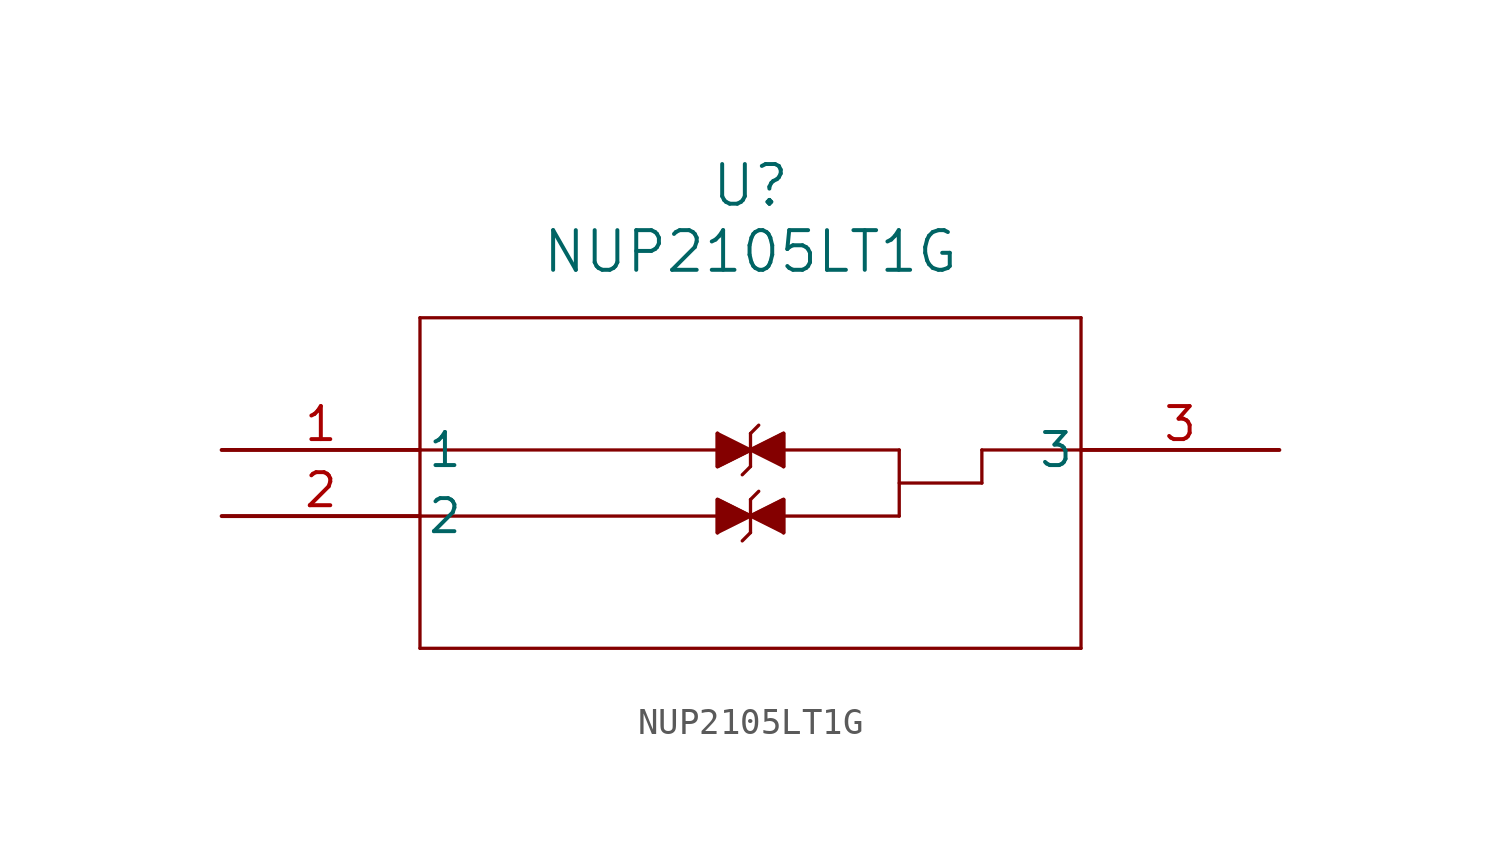
<source format=kicad_sym>
(kicad_symbol_lib
  (version 20211014)
  (generator kicad_symbol_editor)
  (symbol "NUP2105LT1G"
    (pin_names
      (offset 0.254))
    (property "Reference" "U"
      (at 20.32 10.16 0)
      (effects (font (size 1.524 1.524))))
    (property "Value" "NUP2105LT1G"
      (at 20.32 7.62 0)
      (effects (font (size 1.524 1.524))))
    (symbol "NUP2105LT1G_0_1"
      (polyline (pts (xy 7.62 5.08) (xy 7.62 -7.62)) (stroke (width 0.127) (type default) (color 0 0 0 0)) (fill (type none)))
      (polyline (pts (xy 7.62 -7.62) (xy 33.02 -7.62)) (stroke (width 0.127) (type default) (color 0 0 0 0)) (fill (type none)))
      (polyline (pts (xy 33.02 -7.62) (xy 33.02 5.08)) (stroke (width 0.127) (type default) (color 0 0 0 0)) (fill (type none)))
      (polyline (pts (xy 33.02 5.08) (xy 7.62 5.08)) (stroke (width 0.127) (type default) (color 0 0 0 0)) (fill (type none)))
      (polyline (pts (xy 29.21 -1.27) (xy 26.035 -1.27)) (stroke (width 0.127) (type default) (color 0 0 0 0)) (fill (type none)))
      (polyline (pts (xy 7.62 0) (xy 26.035 0)) (stroke (width 0.127) (type default) (color 0 0 0 0)) (fill (type none)))
      (polyline (pts (xy 7.62 -2.54) (xy 26.035 -2.54)) (stroke (width 0.127) (type default) (color 0 0 0 0)) (fill (type none)))
      (polyline (pts (xy 20.32 0) (xy 19.05 0.635)) (stroke (width 0.127) (type default) (color 0 0 0 0)) (fill (type none)))
      (polyline (pts (xy 19.05 0.635) (xy 19.05 -0.635)) (stroke (width 0.127) (type default) (color 0 0 0 0)) (fill (type none)))
      (polyline (pts (xy 20.32 0) (xy 19.05 -0.635)) (stroke (width 0.127) (type default) (color 0 0 0 0)) (fill (type none)))
      (polyline (pts (xy 20.32 0) (xy 21.59 0.635)) (stroke (width 0.127) (type default) (color 0 0 0 0)) (fill (type none)))
      (polyline (pts (xy 21.59 0.635) (xy 21.59 -0.635)) (stroke (width 0.127) (type default) (color 0 0 0 0)) (fill (type none)))
      (polyline (pts (xy 21.59 -0.635) (xy 20.32 0)) (stroke (width 0.127) (type default) (color 0 0 0 0)) (fill (type none)))
      (polyline (pts (xy 19.05 -1.905) (xy 19.05 -3.175)) (stroke (width 0.127) (type default) (color 0 0 0 0)) (fill (type none)))
      (polyline (pts (xy 19.05 -1.905) (xy 20.32 -2.54)) (stroke (width 0.127) (type default) (color 0 0 0 0)) (fill (type none)))
      (polyline (pts (xy 19.05 -3.175) (xy 20.32 -2.54)) (stroke (width 0.127) (type default) (color 0 0 0 0)) (fill (type none)))
      (polyline (pts (xy 20.32 -2.54) (xy 21.59 -1.905)) (stroke (width 0.127) (type default) (color 0 0 0 0)) (fill (type none)))
      (polyline (pts (xy 21.59 -1.905) (xy 21.59 -3.175)) (stroke (width 0.127) (type default) (color 0 0 0 0)) (fill (type none)))
      (polyline (pts (xy 20.32 -2.54) (xy 21.59 -3.175)) (stroke (width 0.127) (type default) (color 0 0 0 0)) (fill (type none)))
      (polyline (pts (xy 20.32 0.635) (xy 20.32 -0.635)) (stroke (width 0.127) (type default) (color 0 0 0 0)) (fill (type none)))
      (polyline (pts (xy 20.32 -1.905) (xy 20.32 -3.175)) (stroke (width 0.127) (type default) (color 0 0 0 0)) (fill (type none)))
      (polyline (pts (xy 20.32 0.635) (xy 20.637 0.953)) (stroke (width 0.127) (type default) (color 0 0 0 0)) (fill (type none)))
      (polyline (pts (xy 20.32 -0.635) (xy 20.003 -0.953)) (stroke (width 0.127) (type default) (color 0 0 0 0)) (fill (type none)))
      (polyline (pts (xy 20.32 -1.905) (xy 20.637 -1.587)) (stroke (width 0.127) (type default) (color 0 0 0 0)) (fill (type none)))
      (polyline (pts (xy 20.32 -3.175) (xy 20.003 -3.493)) (stroke (width 0.127) (type default) (color 0 0 0 0)) (fill (type none)))
      (polyline (pts (xy 19.05 0.635) (xy 19.05 -0.635) (xy 20.32 0)) (stroke (width 0) (type default) (color 0 0 0 0)) (fill (type outline)))
      (polyline (pts (xy 20.32 0) (xy 21.59 0.635) (xy 21.59 -0.635)) (stroke (width 0) (type default) (color 0 0 0 0)) (fill (type outline)))
      (polyline (pts (xy 20.32 -2.54) (xy 21.59 -1.905) (xy 21.59 -3.175)) (stroke (width 0) (type default) (color 0 0 0 0)) (fill (type outline)))
      (polyline (pts (xy 20.32 -2.54) (xy 19.05 -1.905) (xy 19.05 -3.175)) (stroke (width 0) (type default) (color 0 0 0 0)) (fill (type outline)))
      (polyline (pts (xy 26.035 -2.54) (xy 26.035 0)) (stroke (width 0.127) (type default) (color 0 0 0 0)) (fill (type none)))
      (polyline (pts (xy 29.21 -1.27) (xy 29.21 0)) (stroke (width 0.127) (type default) (color 0 0 0 0)) (fill (type none)))
      (polyline (pts (xy 29.21 0) (xy 33.02 0)) (stroke (width 0.127) (type default) (color 0 0 0 0)) (fill (type none)))
      (pin unspecified line (at 0 0 0) (length 7.62) (name "1" (effects (font (size 1.27 1.27)))) (number "1" (effects (font (size 1.27 1.27)))))
      (pin unspecified line (at 0 -2.54 0) (length 7.62) (name "2" (effects (font (size 1.27 1.27)))) (number "2" (effects (font (size 1.27 1.27)))))
      (pin unspecified line (at 40.64 0 180) (length 7.62) (name "3" (effects (font (size 1.27 1.27)))) (number "3" (effects (font (size 1.27 1.27))))))))
</source>
